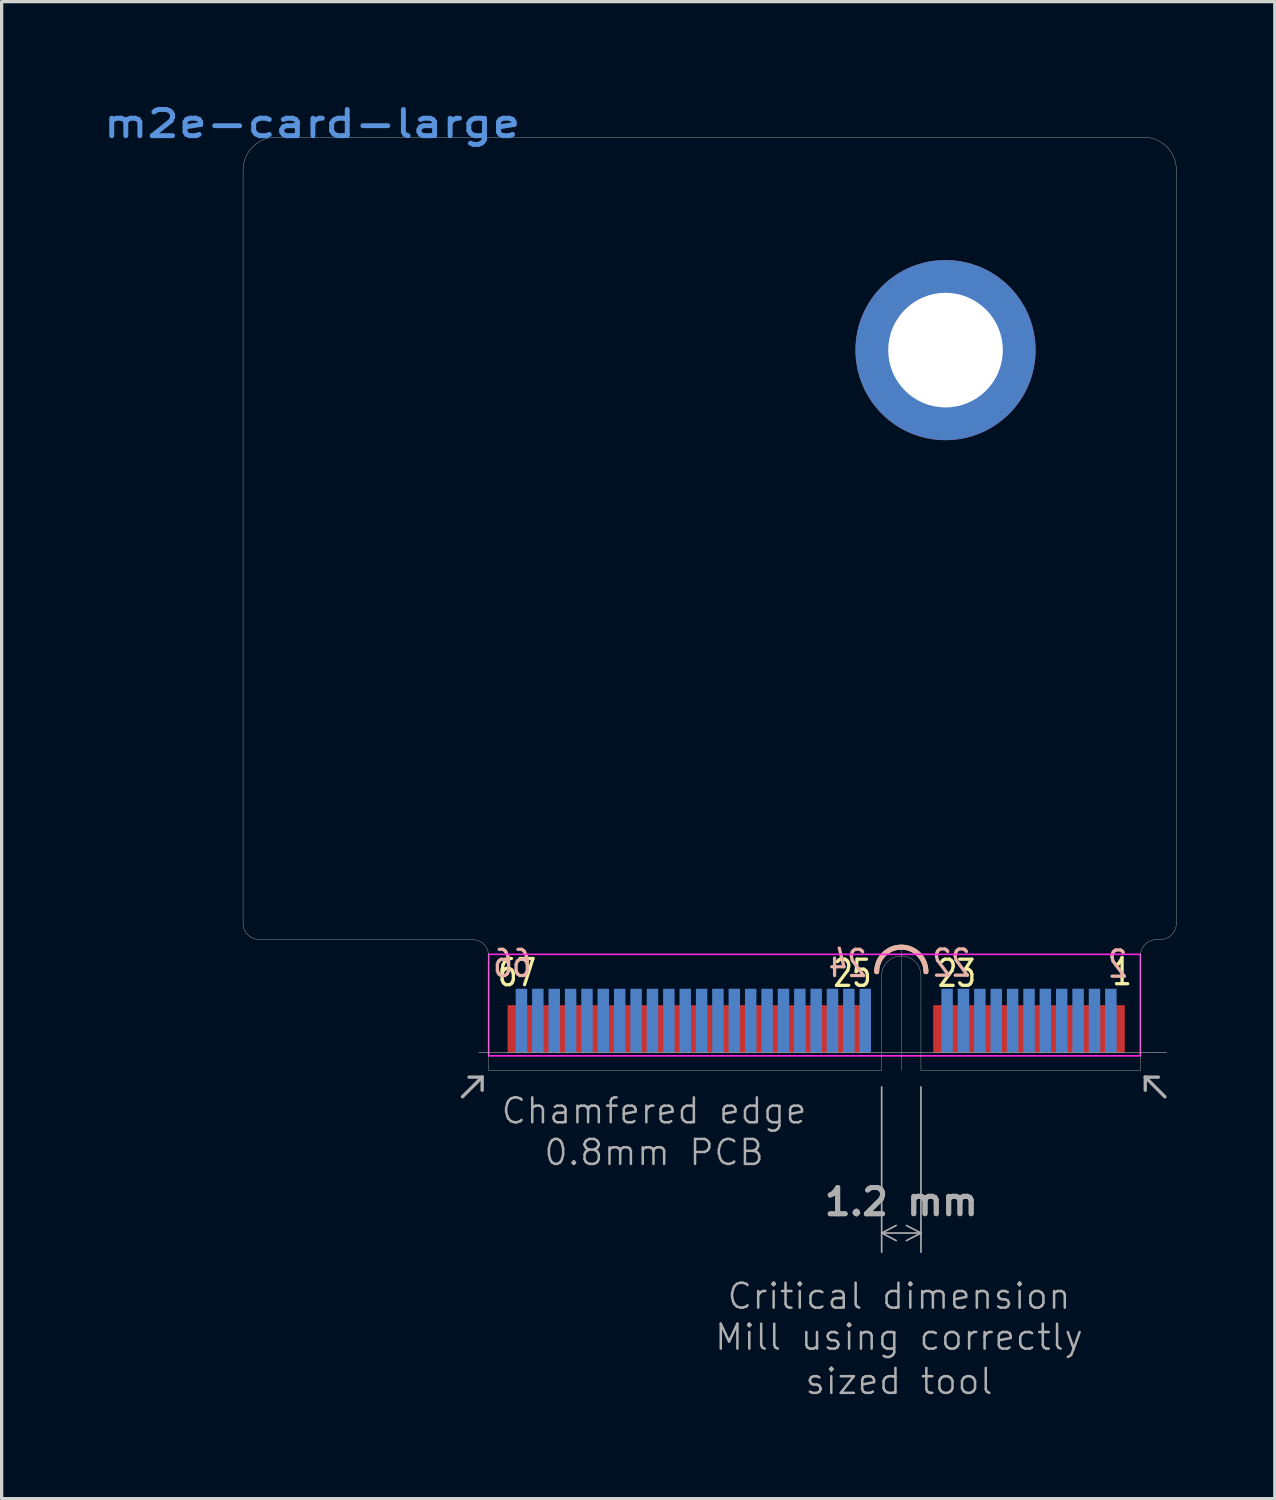
<source format=kicad_pcb>
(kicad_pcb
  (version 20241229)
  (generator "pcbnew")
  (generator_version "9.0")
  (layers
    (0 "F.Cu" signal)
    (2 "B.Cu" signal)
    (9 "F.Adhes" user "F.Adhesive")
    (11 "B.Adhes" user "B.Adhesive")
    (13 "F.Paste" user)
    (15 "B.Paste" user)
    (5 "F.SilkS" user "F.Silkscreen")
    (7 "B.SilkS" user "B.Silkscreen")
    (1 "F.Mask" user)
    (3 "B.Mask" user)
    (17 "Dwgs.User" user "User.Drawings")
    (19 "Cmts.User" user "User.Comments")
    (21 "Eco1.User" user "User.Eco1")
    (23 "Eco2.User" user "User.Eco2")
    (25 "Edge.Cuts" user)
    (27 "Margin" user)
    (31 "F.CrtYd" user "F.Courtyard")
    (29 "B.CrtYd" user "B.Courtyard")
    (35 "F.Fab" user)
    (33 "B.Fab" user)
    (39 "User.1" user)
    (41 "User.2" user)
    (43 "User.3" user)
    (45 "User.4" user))
  (footprint "m2e-card-large"
    (layer "F.Cu")
    (at 21.872 29.641)
    (property "Reference" "m2e-card-large" (at -15.39 -28.91 0) (layer "Cmts.User") (effects (font (size 0.8 1) (thickness 0.15))))
    (attr smd)
    (fp_arc (start 1.848336 -3.018336) (mid 2.6 -3.77) (end 3.351664 -3.018336) (stroke (width 0.15) (type solid)) (layer "F.SilkS"))
    (fp_arc (start 1.848336 -3.018336) (mid 2.6 -3.77) (end 3.351664 -3.018336) (stroke (width 0.15) (type solid)) (layer "B.SilkS"))
    (fp_line (start -10.3 -0.549) (end 10.698 -0.549) (stroke (width 0.018) (type solid)) (layer "Dwgs.User"))
    (fp_line (start 2.6 -3.75) (end 2.6 0) (stroke (width 0.01) (type default)) (layer "Dwgs.User"))
    (fp_line (start -17.5 -27.5) (end -17.5 -4.5) (stroke (width 0.01) (type solid)) (layer "Edge.Cuts"))
    (fp_line (start -10.5 -4) (end -17 -4) (stroke (width 0.01) (type solid)) (layer "Edge.Cuts"))
    (fp_line (start -10 0) (end -10 -3.5) (stroke (width 0.01) (type solid)) (layer "Edge.Cuts"))
    (fp_line (start 2 -2.9) (end 2 0) (stroke (width 0.01) (type solid)) (layer "Edge.Cuts"))
    (fp_line (start 2 0) (end -10 0) (stroke (width 0.01) (type solid)) (layer "Edge.Cuts"))
    (fp_line (start 3.2 -2.9) (end 3.2 0) (stroke (width 0.01) (type solid)) (layer "Edge.Cuts"))
    (fp_line (start 9.9 -3.5) (end 9.9 0) (stroke (width 0.01) (type solid)) (layer "Edge.Cuts"))
    (fp_line (start 9.9 0) (end 3.2 0) (stroke (width 0.01) (type solid)) (layer "Edge.Cuts"))
    (fp_line (start 10 -28.5) (end -16.5 -28.5) (stroke (width 0.01) (type solid)) (layer "Edge.Cuts"))
    (fp_line (start 10.5 -4) (end 10.4 -4) (stroke (width 0.01) (type solid)) (layer "Edge.Cuts"))
    (fp_line (start 11 -27.5) (end 11 -4.5) (stroke (width 0.01) (type solid)) (layer "Edge.Cuts"))
    (fp_arc (start -17.499999 -27.499999) (mid -17.207106 -28.207106) (end -16.499999 -28.499999) (stroke (width 0.01) (type solid)) (layer "Edge.Cuts"))
    (fp_arc (start -17.000001 -4) (mid -17.353554 -4.146447) (end -17.500001 -4.5) (stroke (width 0.01) (type solid)) (layer "Edge.Cuts"))
    (fp_arc (start -10.5 -4) (mid -10.146447 -3.853553) (end -10 -3.5) (stroke (width 0.01) (type solid)) (layer "Edge.Cuts"))
    (fp_arc (start 2 -2.9) (mid 2.6 -3.5) (end 3.2 -2.9) (stroke (width 0.01) (type solid)) (layer "Edge.Cuts"))
    (fp_arc (start 9.9 -3.5) (mid 10.046447 -3.853553) (end 10.4 -4) (stroke (width 0.01) (type solid)) (layer "Edge.Cuts"))
    (fp_arc (start 10 -28.5) (mid 10.707107 -28.207107) (end 11 -27.5) (stroke (width 0.01) (type solid)) (layer "Edge.Cuts"))
    (fp_arc (start 11 -4.5) (mid 10.853553 -4.146447) (end 10.5 -4) (stroke (width 0.01) (type solid)) (layer "Edge.Cuts"))
    (fp_rect (start 9.9 -3.55) (end -10 -0.45) (stroke (width 0.05) (type default)) (fill no) (layer "F.CrtYd"))
    (fp_line (start -10.801 0.8) (end -10.199 0.2) (stroke (width 0.102) (type solid)) (layer "F.Fab"))
    (fp_line (start -10.199 0.2) (end -10.6 0.2) (stroke (width 0.102) (type solid)) (layer "F.Fab"))
    (fp_line (start -10.199 0.2) (end -10.199 0.599) (stroke (width 0.102) (type solid)) (layer "F.Fab"))
    (fp_line (start 10.05 0.2) (end 10.05 0.599) (stroke (width 0.102) (type solid)) (layer "F.Fab"))
    (fp_line (start 10.05 0.2) (end 10.449 0.2) (stroke (width 0.102) (type solid)) (layer "F.Fab"))
    (fp_line (start 10.65 0.8) (end 10.05 0.2) (stroke (width 0.102) (type solid)) (layer "F.Fab"))
    (fp_text user "25" (at 0.47 -2.5 0) (unlocked yes) (layer "F.SilkS") (effects (font (size 0.8 0.6) (thickness 0.1)) (justify left bottom)))
    (fp_text user "1" (at 8.99 -2.55 0) (unlocked yes) (layer "F.SilkS") (effects (font (size 0.8 0.6) (thickness 0.1)) (justify left bottom)))
    (fp_text user "23" (at 3.66 -2.5 0) (unlocked yes) (layer "F.SilkS") (effects (font (size 0.8 0.6) (thickness 0.1) (bold yes)) (justify left bottom)))
    (fp_text user "67" (at -9.77 -2.52 0) (unlocked yes) (layer "F.SilkS") (effects (font (size 0.8 0.6) (thickness 0.1)) (justify left bottom)))
    (fp_text user "66" (at -8.64 -2.8 0) (unlocked yes) (layer "B.SilkS") (effects (font (size 0.8 0.6) (thickness 0.1) (bold yes)) (justify left bottom mirror)))
    (fp_text user "24" (at 1.6 -2.8 0) (unlocked yes) (layer "B.SilkS") (effects (font (size 0.8 0.6) (thickness 0.1) (bold yes)) (justify left bottom mirror)))
    (fp_text user "22" (at 4.77 -2.81 0) (unlocked yes) (layer "B.SilkS") (effects (font (size 0.8 0.6) (thickness 0.1) (bold yes)) (justify left bottom mirror)))
    (fp_text user "2" (at 9.56 -2.78 0) (unlocked yes) (layer "B.SilkS") (effects (font (size 0.8 0.6) (thickness 0.1) (bold yes)) (justify left bottom mirror)))
    (fp_text user "Critical dimension" (at 2.53 6.89 180) (layer "F.Fab") (effects (font (size 0.762 0.762) (thickness 0.076))))
    (fp_text user "Mill using correctly" (at 2.53 8.142 180) (layer "F.Fab") (effects (font (size 0.762 0.762) (thickness 0.076))))
    (fp_text user "Chamfered edge" (at -4.95 1.23 180) (layer "F.Fab") (effects (font (size 0.762 0.762) (thickness 0.076))))
    (fp_text user "sized tool" (at 2.53 9.492 180) (layer "F.Fab") (effects (font (size 0.762 0.762) (thickness 0.076))))
    (fp_text user "0.8mm PCB" (at -4.95 2.5 180) (layer "F.Fab") (effects (font (size 0.762 0.762) (thickness 0.076))))
    (dimension (type aligned) (layer "F.Fab") (pts (xy 23.872 29.641) (xy 25.072 29.641)) (height 4.96) (format (prefix "") (suffix "") (units 2) (units_format 1) (precision 4) (suppress_zeroes yes)) (style (thickness 0.05) (arrow_length 0.5) (text_position_mode 0) (arrow_direction outward) (extension_height 0.586) (extension_offset 0.5) (keep_text_aligned yes)) (gr_text "1.2 mm" (at 24.472 33.651 0) (layer "F.Fab") (effects (font (size 0.8 0.8) (thickness 0.15)))))
    (pad "1" smd rect (at 9.248 -1.273 180) (size 0.35 1.45) (layers "F.Cu" "F.Mask" "F.Paste"))
    (pad "2" smd rect (at 8.999 -1.524 180) (size 0.35 1.95) (layers "B.Cu" "B.Mask" "B.Paste"))
    (pad "3" smd rect (at 8.748 -1.273 180) (size 0.35 1.45) (layers "F.Cu" "F.Mask" "F.Paste"))
    (pad "4" smd rect (at 8.499 -1.524 180) (size 0.35 1.95) (layers "B.Cu" "B.Mask" "B.Paste"))
    (pad "5" smd rect (at 8.25 -1.273 180) (size 0.35 1.45) (layers "F.Cu" "F.Mask" "F.Paste"))
    (pad "6" smd rect (at 7.998 -1.524 180) (size 0.35 1.95) (layers "B.Cu" "B.Mask" "B.Paste"))
    (pad "7" smd rect (at 7.75 -1.273 180) (size 0.35 1.45) (layers "F.Cu" "F.Mask" "F.Paste"))
    (pad "8" smd rect (at 7.498 -1.524 180) (size 0.35 1.95) (layers "B.Cu" "B.Mask" "B.Paste"))
    (pad "9" smd rect (at 7.249 -1.273 180) (size 0.35 1.45) (layers "F.Cu" "F.Mask" "F.Paste"))
    (pad "10" smd rect (at 6.998 -1.524 180) (size 0.35 1.95) (layers "B.Cu" "B.Mask" "B.Paste"))
    (pad "11" smd rect (at 6.749 -1.273 180) (size 0.35 1.45) (layers "F.Cu" "F.Mask" "F.Paste"))
    (pad "12" smd rect (at 6.5 -1.524 180) (size 0.35 1.95) (layers "B.Cu" "B.Mask" "B.Paste"))
    (pad "13" smd rect (at 6.248 -1.273 180) (size 0.35 1.45) (layers "F.Cu" "F.Mask" "F.Paste"))
    (pad "14" smd rect (at 5.999 -1.524 180) (size 0.35 1.95) (layers "B.Cu" "B.Mask" "B.Paste"))
    (pad "15" smd rect (at 5.748 -1.273 180) (size 0.35 1.45) (layers "F.Cu" "F.Mask" "F.Paste"))
    (pad "16" smd rect (at 5.499 -1.524 180) (size 0.35 1.95) (layers "B.Cu" "B.Mask" "B.Paste"))
    (pad "17" smd rect (at 5.248 -1.273 180) (size 0.35 1.45) (layers "F.Cu" "F.Mask" "F.Paste"))
    (pad "18" smd rect (at 4.999 -1.524 180) (size 0.35 1.95) (layers "B.Cu" "B.Mask" "B.Paste"))
    (pad "19" smd rect (at 4.75 -1.273 180) (size 0.35 1.45) (layers "F.Cu" "F.Mask" "F.Paste"))
    (pad "20" smd rect (at 4.498 -1.524 180) (size 0.35 1.95) (layers "B.Cu" "B.Mask" "B.Paste"))
    (pad "21" smd rect (at 4.249 -1.273 180) (size 0.35 1.45) (layers "F.Cu" "F.Mask" "F.Paste"))
    (pad "22" smd rect (at 3.998 -1.524 180) (size 0.35 1.95) (layers "B.Cu" "B.Mask" "B.Paste"))
    (pad "23" smd rect (at 3.749 -1.273 180) (size 0.35 1.45) (layers "F.Cu" "F.Mask" "F.Paste"))
    (pad "32" smd rect (at 1.499 -1.524 180) (size 0.35 1.95) (layers "B.Cu" "B.Mask" "B.Paste"))
    (pad "33" smd rect (at 1.25 -1.273 180) (size 0.35 1.45) (layers "F.Cu" "F.Mask" "F.Paste"))
    (pad "34" smd rect (at 0.998 -1.524 180) (size 0.35 1.95) (layers "B.Cu" "B.Mask" "B.Paste"))
    (pad "35" smd rect (at 0.749 -1.273 180) (size 0.35 1.45) (layers "F.Cu" "F.Mask" "F.Paste"))
    (pad "36" smd rect (at 0.498 -1.524 180) (size 0.35 1.95) (layers "B.Cu" "B.Mask" "B.Paste"))
    (pad "37" smd rect (at 0.249 -1.273 180) (size 0.35 1.45) (layers "F.Cu" "F.Mask" "F.Paste"))
    (pad "38" smd rect (at 0 -1.524 180) (size 0.35 1.95) (layers "B.Cu" "B.Mask" "B.Paste"))
    (pad "39" smd rect (at -0.249 -1.273 180) (size 0.35 1.45) (layers "F.Cu" "F.Mask" "F.Paste"))
    (pad "40" smd rect (at -0.498 -1.524 180) (size 0.35 1.95) (layers "B.Cu" "B.Mask" "B.Paste"))
    (pad "41" smd rect (at -0.749 -1.273 180) (size 0.35 1.45) (layers "F.Cu" "F.Mask" "F.Paste"))
    (pad "42" smd rect (at -0.998 -1.524 180) (size 0.35 1.95) (layers "B.Cu" "B.Mask" "B.Paste"))
    (pad "43" smd rect (at -1.25 -1.273 180) (size 0.35 1.45) (layers "F.Cu" "F.Mask" "F.Paste"))
    (pad "44" smd rect (at -1.499 -1.524 180) (size 0.35 1.95) (layers "B.Cu" "B.Mask" "B.Paste"))
    (pad "45" smd rect (at -1.748 -1.273 180) (size 0.35 1.45) (layers "F.Cu" "F.Mask" "F.Paste"))
    (pad "46" smd rect (at -1.999 -1.524 180) (size 0.35 1.95) (layers "B.Cu" "B.Mask" "B.Paste"))
    (pad "47" smd rect (at -2.248 -1.273 180) (size 0.35 1.45) (layers "F.Cu" "F.Mask" "F.Paste"))
    (pad "48" smd rect (at -2.499 -1.524 180) (size 0.35 1.95) (layers "B.Cu" "B.Mask" "B.Paste"))
    (pad "49" smd rect (at -2.748 -1.273 180) (size 0.35 1.45) (layers "F.Cu" "F.Mask" "F.Paste"))
    (pad "50" smd rect (at -3 -1.524 180) (size 0.35 1.95) (layers "B.Cu" "B.Mask" "B.Paste"))
    (pad "51" smd rect (at -3.249 -1.273 180) (size 0.35 1.45) (layers "F.Cu" "F.Mask" "F.Paste"))
    (pad "52" smd rect (at -3.498 -1.524 180) (size 0.35 1.95) (layers "B.Cu" "B.Mask" "B.Paste"))
    (pad "53" smd rect (at -3.749 -1.273 180) (size 0.35 1.45) (layers "F.Cu" "F.Mask" "F.Paste"))
    (pad "54" smd rect (at -3.998 -1.524 180) (size 0.35 1.95) (layers "B.Cu" "B.Mask" "B.Paste"))
    (pad "55" smd rect (at -4.249 -1.273 180) (size 0.35 1.45) (layers "F.Cu" "F.Mask" "F.Paste"))
    (pad "56" smd rect (at -4.498 -1.524 180) (size 0.35 1.95) (layers "B.Cu" "B.Mask" "B.Paste"))
    (pad "57" smd rect (at -4.75 -1.273 180) (size 0.35 1.45) (layers "F.Cu" "F.Mask" "F.Paste"))
    (pad "58" smd rect (at -4.999 -1.524 180) (size 0.35 1.95) (layers "B.Cu" "B.Mask" "B.Paste"))
    (pad "59" smd rect (at -5.248 -1.273 180) (size 0.35 1.45) (layers "F.Cu" "F.Mask" "F.Paste"))
    (pad "60" smd rect (at -5.499 -1.524 180) (size 0.35 1.95) (layers "B.Cu" "B.Mask" "B.Paste"))
    (pad "61" smd rect (at -5.748 -1.273 180) (size 0.35 1.45) (layers "F.Cu" "F.Mask" "F.Paste"))
    (pad "62" smd rect (at -5.999 -1.524 180) (size 0.35 1.95) (layers "B.Cu" "B.Mask" "B.Paste"))
    (pad "63" smd rect (at -6.248 -1.273 180) (size 0.35 1.45) (layers "F.Cu" "F.Mask" "F.Paste"))
    (pad "64" smd rect (at -6.5 -1.524 180) (size 0.35 1.95) (layers "B.Cu" "B.Mask" "B.Paste"))
    (pad "65" smd rect (at -6.749 -1.273 180) (size 0.35 1.45) (layers "F.Cu" "F.Mask" "F.Paste"))
    (pad "66" smd rect (at -6.998 -1.524 180) (size 0.35 1.95) (layers "B.Cu" "B.Mask" "B.Paste"))
    (pad "67" smd rect (at -7.249 -1.273 180) (size 0.35 1.45) (layers "F.Cu" "F.Mask" "F.Paste"))
    (pad "68" smd rect (at -7.498 -1.524 180) (size 0.35 1.95) (layers "B.Cu" "B.Mask" "B.Paste"))
    (pad "69" smd rect (at -7.75 -1.273 180) (size 0.35 1.45) (layers "F.Cu" "F.Mask" "F.Paste"))
    (pad "70" smd rect (at -7.998 -1.524 180) (size 0.35 1.95) (layers "B.Cu" "B.Mask" "B.Paste"))
    (pad "71" smd rect (at -8.25 -1.273 180) (size 0.35 1.45) (layers "F.Cu" "F.Mask" "F.Paste"))
    (pad "72" smd rect (at -8.499 -1.524 180) (size 0.35 1.95) (layers "B.Cu" "B.Mask" "B.Paste"))
    (pad "73" smd rect (at -8.748 -1.273 180) (size 0.35 1.45) (layers "F.Cu" "F.Mask" "F.Paste"))
    (pad "74" smd rect (at -8.999 -1.524 180) (size 0.35 1.95) (layers "B.Cu" "B.Mask" "B.Paste"))
    (pad "75" smd rect (at -9.248 -1.273 180) (size 0.35 1.45) (layers "F.Cu" "F.Mask" "F.Paste"))
    (pad "GND" thru_hole circle (at 3.95 -22 90) (size 5.5 5.5) (drill 3.5) (layers "*.Cu" "*.Mask"))
    (zone (net_name "") (layers "F.Cu" "B.Cu") (hatch edge 0.5) (connect_pads) (min_thickness 0.25) (filled_areas_thickness no) (keepout (tracks allowed) (vias allowed) (pads allowed) (copperpour not_allowed) (footprints allowed)) (placement (enabled no)) (fill) (polygon (pts (xy 11.872 26.091) (xy 31.762 26.081) (xy 31.772 29.651) (xy 11.862 29.691)))))
  (gr_rect
    (start -3 -3)
    (end 35.877 42.712)
    (stroke (width 0.1) (type default))
    (fill no)
    (layer "Edge.Cuts")))
</source>
